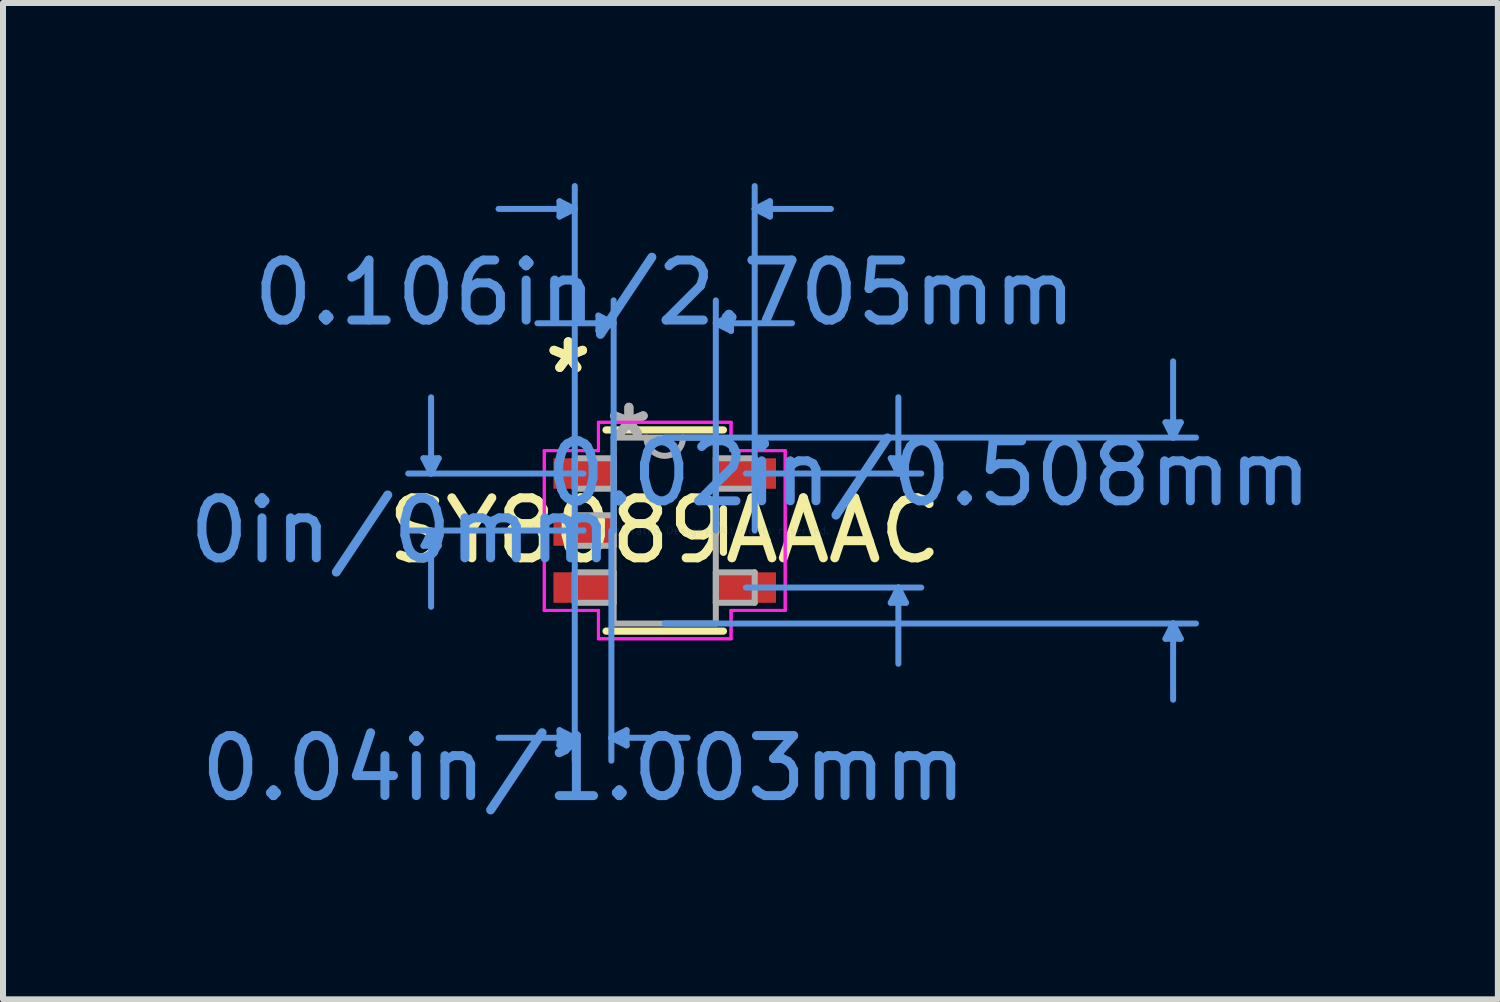
<source format=kicad_pcb>
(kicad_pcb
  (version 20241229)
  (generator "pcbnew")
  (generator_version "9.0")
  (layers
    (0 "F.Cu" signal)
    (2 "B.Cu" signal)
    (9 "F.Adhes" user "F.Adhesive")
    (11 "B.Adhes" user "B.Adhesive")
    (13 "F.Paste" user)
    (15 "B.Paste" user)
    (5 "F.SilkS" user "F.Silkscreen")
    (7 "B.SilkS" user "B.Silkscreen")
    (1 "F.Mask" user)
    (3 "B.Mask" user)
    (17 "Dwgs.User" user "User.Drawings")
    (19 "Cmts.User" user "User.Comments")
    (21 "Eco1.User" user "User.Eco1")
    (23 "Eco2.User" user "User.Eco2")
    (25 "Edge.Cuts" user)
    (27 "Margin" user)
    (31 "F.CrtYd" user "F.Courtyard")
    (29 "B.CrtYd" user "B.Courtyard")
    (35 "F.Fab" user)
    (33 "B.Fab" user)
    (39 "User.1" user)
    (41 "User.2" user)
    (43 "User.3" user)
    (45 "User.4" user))
  (footprint "SY8089AAAC"
    (layer "F.Cu")
    (at 8.026 5.79)
    (property "Reference" "SY8089AAAC" (at 0 0 0) (layer "F.SilkS") (effects (font (size 1 1) (thickness 0.15))))
    (attr through_hole)
    (fp_line (start -0.978 1.676) (end 0.978 1.676) (stroke (width 0.12) (type solid)) (layer "F.SilkS"))
    (fp_line (start 0.978 -1.676) (end -0.978 -1.676) (stroke (width 0.12) (type solid)) (layer "F.SilkS"))
    (fp_line (start 0.978 0.363) (end 0.978 -0.363) (stroke (width 0.12) (type solid)) (layer "F.SilkS"))
    (fp_line (start -4.02 -1.204) (end -3.766 -1.204) (stroke (width 0.1) (type solid)) (layer "Cmts.User"))
    (fp_line (start -4.02 0.254) (end -3.766 0.254) (stroke (width 0.1) (type solid)) (layer "Cmts.User"))
    (fp_line (start -3.893 -0.95) (end -4.02 -1.204) (stroke (width 0.1) (type solid)) (layer "Cmts.User"))
    (fp_line (start -3.893 -0.95) (end -3.893 -2.22) (stroke (width 0.1) (type solid)) (layer "Cmts.User"))
    (fp_line (start -3.893 -0.95) (end -3.766 -1.204) (stroke (width 0.1) (type solid)) (layer "Cmts.User"))
    (fp_line (start -3.893 0) (end -4.02 0.254) (stroke (width 0.1) (type solid)) (layer "Cmts.User"))
    (fp_line (start -3.893 0) (end -3.893 1.27) (stroke (width 0.1) (type solid)) (layer "Cmts.User"))
    (fp_line (start -3.893 0) (end -3.766 0.254) (stroke (width 0.1) (type solid)) (layer "Cmts.User"))
    (fp_line (start -1.753 -5.486) (end -1.753 -5.232) (stroke (width 0.1) (type solid)) (layer "Cmts.User"))
    (fp_line (start -1.753 3.327) (end -1.753 3.581) (stroke (width 0.1) (type solid)) (layer "Cmts.User"))
    (fp_line (start -1.499 -5.359) (end -2.769 -5.359) (stroke (width 0.1) (type solid)) (layer "Cmts.User"))
    (fp_line (start -1.499 -5.359) (end -1.753 -5.486) (stroke (width 0.1) (type solid)) (layer "Cmts.User"))
    (fp_line (start -1.499 -5.359) (end -1.753 -5.232) (stroke (width 0.1) (type solid)) (layer "Cmts.User"))
    (fp_line (start -1.499 0) (end -1.499 -5.74) (stroke (width 0.1) (type solid)) (layer "Cmts.User"))
    (fp_line (start -1.499 0) (end -1.499 3.835) (stroke (width 0.1) (type solid)) (layer "Cmts.User"))
    (fp_line (start -1.499 3.454) (end -2.769 3.454) (stroke (width 0.1) (type solid)) (layer "Cmts.User"))
    (fp_line (start -1.499 3.454) (end -1.753 3.327) (stroke (width 0.1) (type solid)) (layer "Cmts.User"))
    (fp_line (start -1.499 3.454) (end -1.753 3.581) (stroke (width 0.1) (type solid)) (layer "Cmts.User"))
    (fp_line (start -1.353 -0.95) (end -4.274 -0.95) (stroke (width 0.1) (type solid)) (layer "Cmts.User"))
    (fp_line (start -1.353 0) (end -4.274 0) (stroke (width 0.1) (type solid)) (layer "Cmts.User"))
    (fp_line (start -1.105 -3.581) (end -1.105 -3.327) (stroke (width 0.1) (type solid)) (layer "Cmts.User"))
    (fp_line (start -0.889 0) (end -0.889 3.835) (stroke (width 0.1) (type solid)) (layer "Cmts.User"))
    (fp_line (start -0.889 3.454) (end -0.635 3.327) (stroke (width 0.1) (type solid)) (layer "Cmts.User"))
    (fp_line (start -0.889 3.454) (end -0.635 3.581) (stroke (width 0.1) (type solid)) (layer "Cmts.User"))
    (fp_line (start -0.889 3.454) (end 0.381 3.454) (stroke (width 0.1) (type solid)) (layer "Cmts.User"))
    (fp_line (start -0.851 -3.454) (end -2.121 -3.454) (stroke (width 0.1) (type solid)) (layer "Cmts.User"))
    (fp_line (start -0.851 -3.454) (end -1.105 -3.581) (stroke (width 0.1) (type solid)) (layer "Cmts.User"))
    (fp_line (start -0.851 -3.454) (end -1.105 -3.327) (stroke (width 0.1) (type solid)) (layer "Cmts.User"))
    (fp_line (start -0.851 0) (end -0.851 -3.835) (stroke (width 0.1) (type solid)) (layer "Cmts.User"))
    (fp_line (start -0.635 3.327) (end -0.635 3.581) (stroke (width 0.1) (type solid)) (layer "Cmts.User"))
    (fp_line (start 0 -1.549) (end 8.852 -1.549) (stroke (width 0.1) (type solid)) (layer "Cmts.User"))
    (fp_line (start 0 1.549) (end 8.852 1.549) (stroke (width 0.1) (type solid)) (layer "Cmts.User"))
    (fp_line (start 0.851 -3.454) (end 1.105 -3.581) (stroke (width 0.1) (type solid)) (layer "Cmts.User"))
    (fp_line (start 0.851 -3.454) (end 1.105 -3.327) (stroke (width 0.1) (type solid)) (layer "Cmts.User"))
    (fp_line (start 0.851 -3.454) (end 2.121 -3.454) (stroke (width 0.1) (type solid)) (layer "Cmts.User"))
    (fp_line (start 0.851 0) (end 0.851 -3.835) (stroke (width 0.1) (type solid)) (layer "Cmts.User"))
    (fp_line (start 1.105 -3.581) (end 1.105 -3.327) (stroke (width 0.1) (type solid)) (layer "Cmts.User"))
    (fp_line (start 1.353 -0.95) (end 4.274 -0.95) (stroke (width 0.1) (type solid)) (layer "Cmts.User"))
    (fp_line (start 1.353 0.95) (end 4.274 0.95) (stroke (width 0.1) (type solid)) (layer "Cmts.User"))
    (fp_line (start 1.499 -5.359) (end 1.753 -5.486) (stroke (width 0.1) (type solid)) (layer "Cmts.User"))
    (fp_line (start 1.499 -5.359) (end 1.753 -5.232) (stroke (width 0.1) (type solid)) (layer "Cmts.User"))
    (fp_line (start 1.499 -5.359) (end 2.769 -5.359) (stroke (width 0.1) (type solid)) (layer "Cmts.User"))
    (fp_line (start 1.499 0) (end 1.499 -5.74) (stroke (width 0.1) (type solid)) (layer "Cmts.User"))
    (fp_line (start 1.753 -5.486) (end 1.753 -5.232) (stroke (width 0.1) (type solid)) (layer "Cmts.User"))
    (fp_line (start 3.766 -1.204) (end 4.02 -1.204) (stroke (width 0.1) (type solid)) (layer "Cmts.User"))
    (fp_line (start 3.766 1.204) (end 4.02 1.204) (stroke (width 0.1) (type solid)) (layer "Cmts.User"))
    (fp_line (start 3.893 -0.95) (end 3.766 -1.204) (stroke (width 0.1) (type solid)) (layer "Cmts.User"))
    (fp_line (start 3.893 -0.95) (end 3.893 -2.22) (stroke (width 0.1) (type solid)) (layer "Cmts.User"))
    (fp_line (start 3.893 -0.95) (end 4.02 -1.204) (stroke (width 0.1) (type solid)) (layer "Cmts.User"))
    (fp_line (start 3.893 0.95) (end 3.766 1.204) (stroke (width 0.1) (type solid)) (layer "Cmts.User"))
    (fp_line (start 3.893 0.95) (end 3.893 2.22) (stroke (width 0.1) (type solid)) (layer "Cmts.User"))
    (fp_line (start 3.893 0.95) (end 4.02 1.204) (stroke (width 0.1) (type solid)) (layer "Cmts.User"))
    (fp_line (start 8.344 -1.803) (end 8.598 -1.803) (stroke (width 0.1) (type solid)) (layer "Cmts.User"))
    (fp_line (start 8.344 1.803) (end 8.598 1.803) (stroke (width 0.1) (type solid)) (layer "Cmts.User"))
    (fp_line (start 8.471 -1.549) (end 8.344 -1.803) (stroke (width 0.1) (type solid)) (layer "Cmts.User"))
    (fp_line (start 8.471 -1.549) (end 8.471 -2.819) (stroke (width 0.1) (type solid)) (layer "Cmts.User"))
    (fp_line (start 8.471 -1.549) (end 8.598 -1.803) (stroke (width 0.1) (type solid)) (layer "Cmts.User"))
    (fp_line (start 8.471 1.549) (end 8.344 1.803) (stroke (width 0.1) (type solid)) (layer "Cmts.User"))
    (fp_line (start 8.471 1.549) (end 8.471 2.819) (stroke (width 0.1) (type solid)) (layer "Cmts.User"))
    (fp_line (start 8.471 1.549) (end 8.598 1.803) (stroke (width 0.1) (type solid)) (layer "Cmts.User"))
    (fp_line (start -2.007 -1.331) (end -1.105 -1.331) (stroke (width 0.05) (type solid)) (layer "F.CrtYd"))
    (fp_line (start -2.007 -1.331) (end -1.105 -1.331) (stroke (width 0.05) (type solid)) (layer "F.CrtYd"))
    (fp_line (start -2.007 1.331) (end -2.007 -1.331) (stroke (width 0.05) (type solid)) (layer "F.CrtYd"))
    (fp_line (start -2.007 1.331) (end -2.007 -1.331) (stroke (width 0.05) (type solid)) (layer "F.CrtYd"))
    (fp_line (start -1.105 -1.803) (end 1.105 -1.803) (stroke (width 0.05) (type solid)) (layer "F.CrtYd"))
    (fp_line (start -1.105 -1.803) (end 1.105 -1.803) (stroke (width 0.05) (type solid)) (layer "F.CrtYd"))
    (fp_line (start -1.105 -1.331) (end -1.105 -1.803) (stroke (width 0.05) (type solid)) (layer "F.CrtYd"))
    (fp_line (start -1.105 -1.331) (end -1.105 -1.803) (stroke (width 0.05) (type solid)) (layer "F.CrtYd"))
    (fp_line (start -1.105 1.331) (end -2.007 1.331) (stroke (width 0.05) (type solid)) (layer "F.CrtYd"))
    (fp_line (start -1.105 1.331) (end -2.007 1.331) (stroke (width 0.05) (type solid)) (layer "F.CrtYd"))
    (fp_line (start -1.105 1.803) (end -1.105 1.331) (stroke (width 0.05) (type solid)) (layer "F.CrtYd"))
    (fp_line (start -1.105 1.803) (end -1.105 1.331) (stroke (width 0.05) (type solid)) (layer "F.CrtYd"))
    (fp_line (start 1.105 -1.803) (end 1.105 -1.331) (stroke (width 0.05) (type solid)) (layer "F.CrtYd"))
    (fp_line (start 1.105 -1.803) (end 1.105 -1.331) (stroke (width 0.05) (type solid)) (layer "F.CrtYd"))
    (fp_line (start 1.105 -1.331) (end 2.007 -1.331) (stroke (width 0.05) (type solid)) (layer "F.CrtYd"))
    (fp_line (start 1.105 -1.331) (end 2.007 -1.331) (stroke (width 0.05) (type solid)) (layer "F.CrtYd"))
    (fp_line (start 1.105 1.331) (end 1.105 1.803) (stroke (width 0.05) (type solid)) (layer "F.CrtYd"))
    (fp_line (start 1.105 1.331) (end 1.105 1.803) (stroke (width 0.05) (type solid)) (layer "F.CrtYd"))
    (fp_line (start 1.105 1.803) (end -1.105 1.803) (stroke (width 0.05) (type solid)) (layer "F.CrtYd"))
    (fp_line (start 1.105 1.803) (end -1.105 1.803) (stroke (width 0.05) (type solid)) (layer "F.CrtYd"))
    (fp_line (start 2.007 -1.331) (end 2.007 1.331) (stroke (width 0.05) (type solid)) (layer "F.CrtYd"))
    (fp_line (start 2.007 -1.331) (end 2.007 1.331) (stroke (width 0.05) (type solid)) (layer "F.CrtYd"))
    (fp_line (start 2.007 1.331) (end 1.105 1.331) (stroke (width 0.05) (type solid)) (layer "F.CrtYd"))
    (fp_line (start 2.007 1.331) (end 1.105 1.331) (stroke (width 0.05) (type solid)) (layer "F.CrtYd"))
    (fp_line (start -1.499 -1.204) (end -1.499 -0.696) (stroke (width 0.1) (type solid)) (layer "F.Fab"))
    (fp_line (start -1.499 -0.696) (end -0.851 -0.696) (stroke (width 0.1) (type solid)) (layer "F.Fab"))
    (fp_line (start -1.499 -0.254) (end -1.499 0.254) (stroke (width 0.1) (type solid)) (layer "F.Fab"))
    (fp_line (start -1.499 0.254) (end -0.851 0.254) (stroke (width 0.1) (type solid)) (layer "F.Fab"))
    (fp_line (start -1.499 0.696) (end -1.499 1.204) (stroke (width 0.1) (type solid)) (layer "F.Fab"))
    (fp_line (start -1.499 1.204) (end -0.851 1.204) (stroke (width 0.1) (type solid)) (layer "F.Fab"))
    (fp_line (start -0.851 -1.549) (end -0.851 1.549) (stroke (width 0.1) (type solid)) (layer "F.Fab"))
    (fp_line (start -0.851 -1.204) (end -1.499 -1.204) (stroke (width 0.1) (type solid)) (layer "F.Fab"))
    (fp_line (start -0.851 -0.696) (end -0.851 -1.204) (stroke (width 0.1) (type solid)) (layer "F.Fab"))
    (fp_line (start -0.851 -0.254) (end -1.499 -0.254) (stroke (width 0.1) (type solid)) (layer "F.Fab"))
    (fp_line (start -0.851 0.254) (end -0.851 -0.254) (stroke (width 0.1) (type solid)) (layer "F.Fab"))
    (fp_line (start -0.851 0.696) (end -1.499 0.696) (stroke (width 0.1) (type solid)) (layer "F.Fab"))
    (fp_line (start -0.851 1.204) (end -0.851 0.696) (stroke (width 0.1) (type solid)) (layer "F.Fab"))
    (fp_line (start -0.851 1.549) (end 0.851 1.549) (stroke (width 0.1) (type solid)) (layer "F.Fab"))
    (fp_line (start 0.851 -1.549) (end -0.851 -1.549) (stroke (width 0.1) (type solid)) (layer "F.Fab"))
    (fp_line (start 0.851 -1.204) (end 0.851 -0.696) (stroke (width 0.1) (type solid)) (layer "F.Fab"))
    (fp_line (start 0.851 -0.696) (end 1.499 -0.696) (stroke (width 0.1) (type solid)) (layer "F.Fab"))
    (fp_line (start 0.851 0.696) (end 0.851 1.204) (stroke (width 0.1) (type solid)) (layer "F.Fab"))
    (fp_line (start 0.851 1.204) (end 1.499 1.204) (stroke (width 0.1) (type solid)) (layer "F.Fab"))
    (fp_line (start 0.851 1.549) (end 0.851 -1.549) (stroke (width 0.1) (type solid)) (layer "F.Fab"))
    (fp_line (start 1.499 -1.204) (end 0.851 -1.204) (stroke (width 0.1) (type solid)) (layer "F.Fab"))
    (fp_line (start 1.499 -0.696) (end 1.499 -1.204) (stroke (width 0.1) (type solid)) (layer "F.Fab"))
    (fp_line (start 1.499 0.696) (end 0.851 0.696) (stroke (width 0.1) (type solid)) (layer "F.Fab"))
    (fp_line (start 1.499 1.204) (end 1.499 0.696) (stroke (width 0.1) (type solid)) (layer "F.Fab"))
    (fp_arc (start 0.3048 -1.5494) (mid 0 -1.2446) (end -0.3048 -1.5494) (stroke (width 0.1) (type solid)) (layer "F.Fab"))
    (fp_text user "*" (at -1.607 -2.601 0) (layer "F.SilkS") (effects (font (size 1 1) (thickness 0.15))))
    (fp_text user "*" (at -1.607 -2.601 0) (layer "F.SilkS") (effects (font (size 1 1) (thickness 0.15))))
    (fp_text user "0.106in/2.705mm" (at 0 -3.962 0) (layer "Cmts.User") (effects (font (size 1 1) (thickness 0.15))))
    (fp_text user "0.02in/0.508mm" (at 4.401 -0.95 0) (layer "Cmts.User") (effects (font (size 1 1) (thickness 0.15))))
    (fp_text user "Copyright 2021 Accelerated Designs. All rights reserved." (at 0 0 0) (layer "Cmts.User") (effects (font (size 0.127 0.127) (thickness 0.002))))
    (fp_text user "0in/0mm" (at -4.401 0 0) (layer "Cmts.User") (effects (font (size 1 1) (thickness 0.15))))
    (fp_text user "0.04in/1.003mm" (at -1.353 3.962 0) (layer "Cmts.User") (effects (font (size 1 1) (thickness 0.15))))
    (fp_text user "*" (at -0.597 -1.509 0) (layer "F.Fab") (effects (font (size 1 1) (thickness 0.15))))
    (fp_text user "*" (at -0.597 -1.509 0) (layer "F.Fab") (effects (font (size 1 1) (thickness 0.15))))
    (pad "1" smd rect (at -1.353 -0.95) (size 1.003 0.508) (layers "F.Cu" "F.Mask" "F.Paste"))
    (pad "2" smd rect (at -1.353 0) (size 1.003 0.508) (layers "F.Cu" "F.Mask" "F.Paste"))
    (pad "3" smd rect (at -1.353 0.95) (size 1.003 0.508) (layers "F.Cu" "F.Mask" "F.Paste"))
    (pad "4" smd rect (at 1.353 0.95) (size 1.003 0.508) (layers "F.Cu" "F.Mask" "F.Paste"))
    (pad "5" smd rect (at 1.353 -0.95) (size 1.003 0.508) (layers "F.Cu" "F.Mask" "F.Paste")))
  (gr_rect
    (start -3 -3)
    (end 21.908 13.601)
    (stroke (width 0.1) (type default))
    (fill no)
    (layer "Edge.Cuts")))
</source>
